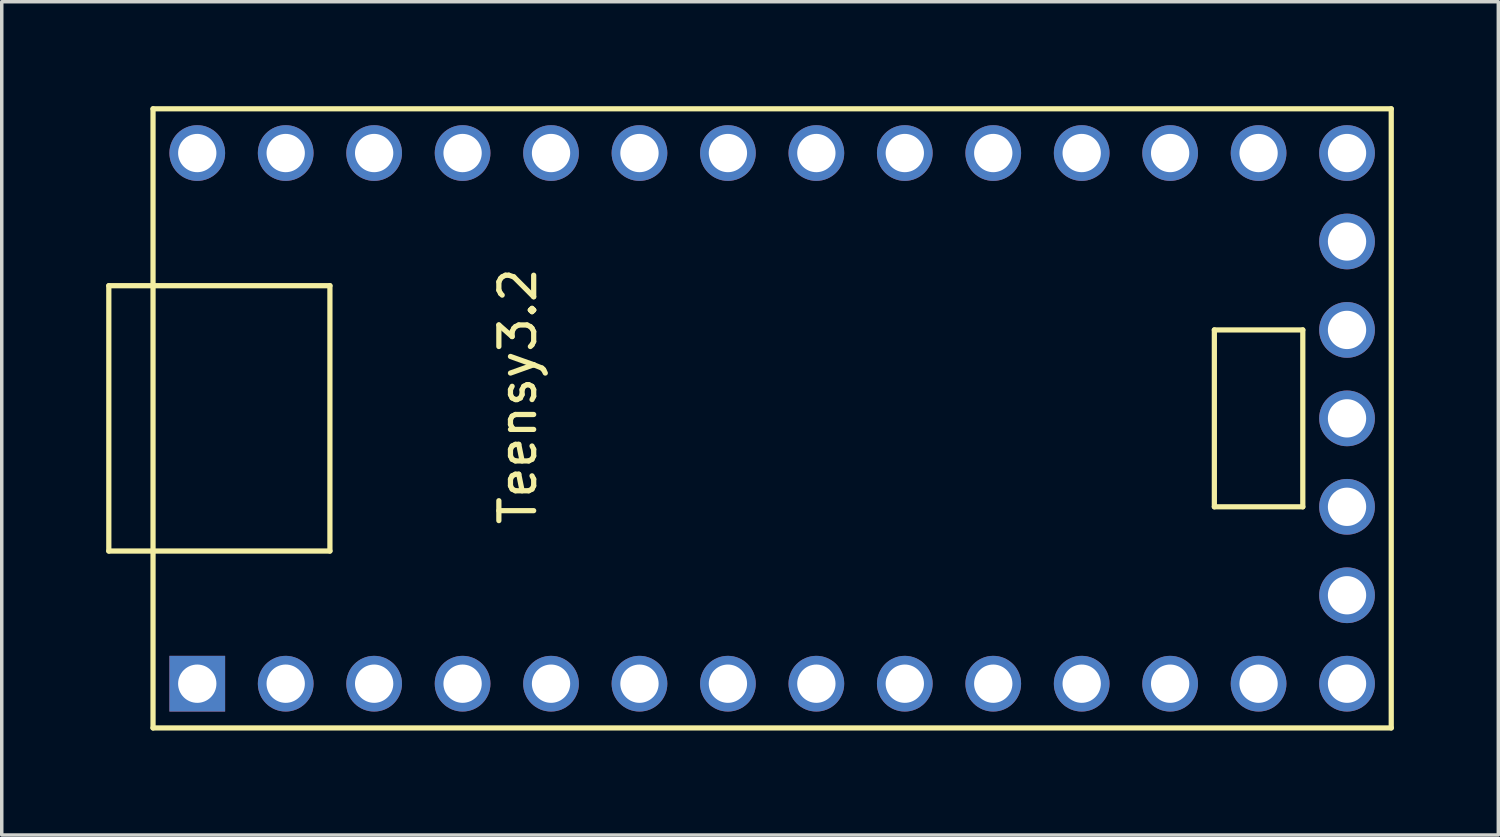
<source format=kicad_pcb>
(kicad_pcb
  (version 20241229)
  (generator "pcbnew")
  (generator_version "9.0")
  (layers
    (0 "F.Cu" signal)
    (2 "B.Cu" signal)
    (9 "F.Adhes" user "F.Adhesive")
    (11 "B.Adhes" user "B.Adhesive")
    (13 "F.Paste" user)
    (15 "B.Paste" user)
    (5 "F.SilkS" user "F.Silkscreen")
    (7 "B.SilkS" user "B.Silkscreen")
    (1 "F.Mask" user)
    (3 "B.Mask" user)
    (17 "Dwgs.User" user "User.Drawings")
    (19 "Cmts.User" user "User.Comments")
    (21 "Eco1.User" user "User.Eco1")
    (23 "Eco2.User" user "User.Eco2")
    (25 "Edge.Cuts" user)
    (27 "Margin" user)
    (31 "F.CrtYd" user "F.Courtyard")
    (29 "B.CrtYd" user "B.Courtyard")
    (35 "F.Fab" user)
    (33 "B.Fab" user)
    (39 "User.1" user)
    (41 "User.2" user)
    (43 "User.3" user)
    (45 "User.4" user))
  (footprint "Teensy3.2"
    (layer "F.Cu")
    (at 19.125 8.965)
    (property "Reference" "Teensy3.2" (at -7.303 -0.635 270) (layer "F.SilkS") (effects (font (size 1 1) (thickness 0.15))))
    (attr through_hole)
    (fp_line (start -19.05 -3.81) (end -17.78 -3.81) (stroke (width 0.15) (type solid)) (layer "F.SilkS"))
    (fp_line (start -19.05 3.81) (end -19.05 -3.81) (stroke (width 0.15) (type solid)) (layer "F.SilkS"))
    (fp_line (start -17.78 -8.89) (end 17.78 -8.89) (stroke (width 0.15) (type solid)) (layer "F.SilkS"))
    (fp_line (start -17.78 3.81) (end -19.05 3.81) (stroke (width 0.15) (type solid)) (layer "F.SilkS"))
    (fp_line (start -17.78 8.89) (end -17.78 -8.89) (stroke (width 0.15) (type solid)) (layer "F.SilkS"))
    (fp_line (start -12.7 -3.81) (end -17.78 -3.81) (stroke (width 0.15) (type solid)) (layer "F.SilkS"))
    (fp_line (start -12.7 3.81) (end -17.78 3.81) (stroke (width 0.15) (type solid)) (layer "F.SilkS"))
    (fp_line (start -12.7 3.81) (end -12.7 -3.81) (stroke (width 0.15) (type solid)) (layer "F.SilkS"))
    (fp_line (start 12.7 -2.54) (end 15.24 -2.54) (stroke (width 0.15) (type solid)) (layer "F.SilkS"))
    (fp_line (start 12.7 2.54) (end 12.7 -2.54) (stroke (width 0.15) (type solid)) (layer "F.SilkS"))
    (fp_line (start 15.24 -2.54) (end 15.24 2.54) (stroke (width 0.15) (type solid)) (layer "F.SilkS"))
    (fp_line (start 15.24 2.54) (end 12.7 2.54) (stroke (width 0.15) (type solid)) (layer "F.SilkS"))
    (fp_line (start 17.78 -8.89) (end 17.78 8.89) (stroke (width 0.15) (type solid)) (layer "F.SilkS"))
    (fp_line (start 17.78 8.89) (end -17.78 8.89) (stroke (width 0.15) (type solid)) (layer "F.SilkS"))
    (pad "1" thru_hole rect (at -16.51 7.62) (size 1.6 1.6) (drill 1.1) (layers "*.Cu" "*.Mask"))
    (pad "2" thru_hole circle (at -13.97 7.62) (size 1.6 1.6) (drill 1.1) (layers "*.Cu" "*.Mask"))
    (pad "3" thru_hole circle (at -11.43 7.62) (size 1.6 1.6) (drill 1.1) (layers "*.Cu" "*.Mask"))
    (pad "4" thru_hole circle (at -8.89 7.62) (size 1.6 1.6) (drill 1.1) (layers "*.Cu" "*.Mask"))
    (pad "5" thru_hole circle (at -6.35 7.62) (size 1.6 1.6) (drill 1.1) (layers "*.Cu" "*.Mask"))
    (pad "6" thru_hole circle (at -3.81 7.62) (size 1.6 1.6) (drill 1.1) (layers "*.Cu" "*.Mask"))
    (pad "7" thru_hole circle (at -1.27 7.62) (size 1.6 1.6) (drill 1.1) (layers "*.Cu" "*.Mask"))
    (pad "8" thru_hole circle (at 1.27 7.62) (size 1.6 1.6) (drill 1.1) (layers "*.Cu" "*.Mask"))
    (pad "9" thru_hole circle (at 3.81 7.62) (size 1.6 1.6) (drill 1.1) (layers "*.Cu" "*.Mask"))
    (pad "10" thru_hole circle (at 6.35 7.62) (size 1.6 1.6) (drill 1.1) (layers "*.Cu" "*.Mask"))
    (pad "11" thru_hole circle (at 8.89 7.62) (size 1.6 1.6) (drill 1.1) (layers "*.Cu" "*.Mask"))
    (pad "12" thru_hole circle (at 11.43 7.62) (size 1.6 1.6) (drill 1.1) (layers "*.Cu" "*.Mask"))
    (pad "13" thru_hole circle (at 13.97 7.62) (size 1.6 1.6) (drill 1.1) (layers "*.Cu" "*.Mask"))
    (pad "14" thru_hole circle (at 16.51 7.62) (size 1.6 1.6) (drill 1.1) (layers "*.Cu" "*.Mask"))
    (pad "15" thru_hole circle (at 16.51 5.08) (size 1.6 1.6) (drill 1.1) (layers "*.Cu" "*.Mask"))
    (pad "16" thru_hole circle (at 16.51 2.54) (size 1.6 1.6) (drill 1.1) (layers "*.Cu" "*.Mask"))
    (pad "17" thru_hole circle (at 16.51 0) (size 1.6 1.6) (drill 1.1) (layers "*.Cu" "*.Mask"))
    (pad "18" thru_hole circle (at 16.51 -2.54) (size 1.6 1.6) (drill 1.1) (layers "*.Cu" "*.Mask"))
    (pad "19" thru_hole circle (at 16.51 -5.08) (size 1.6 1.6) (drill 1.1) (layers "*.Cu" "*.Mask"))
    (pad "20" thru_hole circle (at 16.51 -7.62) (size 1.6 1.6) (drill 1.1) (layers "*.Cu" "*.Mask"))
    (pad "21" thru_hole circle (at 13.97 -7.62) (size 1.6 1.6) (drill 1.1) (layers "*.Cu" "*.Mask"))
    (pad "22" thru_hole circle (at 11.43 -7.62) (size 1.6 1.6) (drill 1.1) (layers "*.Cu" "*.Mask"))
    (pad "23" thru_hole circle (at 8.89 -7.62) (size 1.6 1.6) (drill 1.1) (layers "*.Cu" "*.Mask"))
    (pad "24" thru_hole circle (at 6.35 -7.62) (size 1.6 1.6) (drill 1.1) (layers "*.Cu" "*.Mask"))
    (pad "25" thru_hole circle (at 3.81 -7.62) (size 1.6 1.6) (drill 1.1) (layers "*.Cu" "*.Mask"))
    (pad "26" thru_hole circle (at 1.27 -7.62) (size 1.6 1.6) (drill 1.1) (layers "*.Cu" "*.Mask"))
    (pad "27" thru_hole circle (at -1.27 -7.62) (size 1.6 1.6) (drill 1.1) (layers "*.Cu" "*.Mask"))
    (pad "28" thru_hole circle (at -3.81 -7.62) (size 1.6 1.6) (drill 1.1) (layers "*.Cu" "*.Mask"))
    (pad "29" thru_hole circle (at -6.35 -7.62) (size 1.6 1.6) (drill 1.1) (layers "*.Cu" "*.Mask"))
    (pad "30" thru_hole circle (at -8.89 -7.62) (size 1.6 1.6) (drill 1.1) (layers "*.Cu" "*.Mask"))
    (pad "31" thru_hole circle (at -11.43 -7.62) (size 1.6 1.6) (drill 1.1) (layers "*.Cu" "*.Mask"))
    (pad "32" thru_hole circle (at -13.97 -7.62) (size 1.6 1.6) (drill 1.1) (layers "*.Cu" "*.Mask"))
    (pad "33" thru_hole circle (at -16.51 -7.62) (size 1.6 1.6) (drill 1.1) (layers "*.Cu" "*.Mask")))
  (gr_rect
    (start -3 -3)
    (end 39.98 20.93)
    (stroke (width 0.1) (type default))
    (fill no)
    (layer "Edge.Cuts")))
</source>
